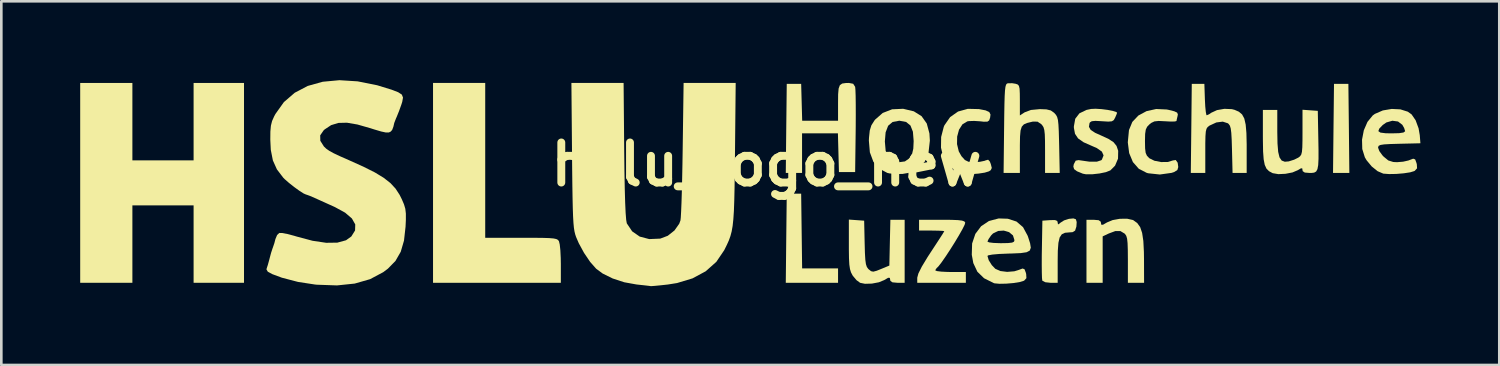
<source format=kicad_pcb>
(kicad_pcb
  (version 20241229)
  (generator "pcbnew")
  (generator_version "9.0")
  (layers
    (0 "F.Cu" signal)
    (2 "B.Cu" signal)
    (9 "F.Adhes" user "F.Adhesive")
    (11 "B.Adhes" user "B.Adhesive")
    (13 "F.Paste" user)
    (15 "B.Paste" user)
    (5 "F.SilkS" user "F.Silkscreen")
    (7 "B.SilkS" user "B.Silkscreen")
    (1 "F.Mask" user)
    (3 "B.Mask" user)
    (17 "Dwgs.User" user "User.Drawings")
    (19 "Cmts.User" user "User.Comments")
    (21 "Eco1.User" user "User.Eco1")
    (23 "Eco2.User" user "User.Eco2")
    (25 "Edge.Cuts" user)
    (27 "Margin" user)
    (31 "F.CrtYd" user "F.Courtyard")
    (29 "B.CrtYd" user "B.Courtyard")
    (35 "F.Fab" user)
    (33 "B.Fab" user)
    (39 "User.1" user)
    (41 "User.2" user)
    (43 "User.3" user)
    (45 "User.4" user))
  (footprint "hslu_logo_new"
    (layer "F.Cu")
    (at 26.099 3.203)
    (property "Reference" "hslu_logo_new" (at 0 0 0) (layer "F.SilkS") (effects (font (size 1.524 1.524) (thickness 0.3))))
    (attr board_only exclude_from_pos_files exclude_from_bom)
    (fp_poly (pts (xy 22.152 -1.369) (xy 22.17 0.325) (xy 21.549 0.325) (xy 21.567 -1.369) (xy 21.586 -3.063) (xy 22.133 -3.063)) (stroke (width 0) (type solid)) (fill yes) (layer "F.SilkS"))
    (fp_poly (pts (xy 1.358 3.954) (xy 2.724 3.954) (xy 2.724 4.502) (xy 0.736 4.502) (xy 0.754 2.807) (xy 0.773 1.113) (xy 1.321 1.113)) (stroke (width 0) (type solid)) (fill yes) (layer "F.SilkS"))
    (fp_poly (pts (xy -24.114 -0.154) (xy -21.786 -0.154) (xy -21.786 -3.098) (xy -19.869 -3.098) (xy -19.869 4.502) (xy -21.786 4.502) (xy -21.786 1.558) (xy -24.114 1.558) (xy -24.114 4.502) (xy -26.099 4.502) (xy -26.099 -3.098) (xy -24.114 -3.098)) (stroke (width 0) (type solid)) (fill yes) (layer "F.SilkS"))
    (fp_poly (pts (xy -10.695 2.79) (xy -9.328 2.79) (xy -8.861 2.791) (xy -8.513 2.794) (xy -8.265 2.802) (xy -8.097 2.816) (xy -7.992 2.838) (xy -7.932 2.869) (xy -7.897 2.911) (xy -7.89 2.923) (xy -7.861 3.044) (xy -7.837 3.267) (xy -7.823 3.556) (xy -7.819 3.778) (xy -7.819 4.502) (xy -12.68 4.502) (xy -12.68 -3.098) (xy -10.695 -3.098)) (stroke (width 0) (type solid)) (fill yes) (layer "F.SilkS"))
    (fp_poly (pts (xy 3.299 -3.067) (xy 3.372 -2.955) (xy 3.375 -2.944) (xy 3.385 -2.832) (xy 3.393 -2.606) (xy 3.397 -2.287) (xy 3.398 -1.896) (xy 3.396 -1.457) (xy 3.394 -1.249) (xy 3.374 0.291) (xy 2.758 0.291) (xy 2.719 -1.181) (xy 1.355 -1.181) (xy 1.355 0.325) (xy 0.736 0.325) (xy 0.754 -1.369) (xy 0.773 -3.063) (xy 1.321 -3.063) (xy 1.36 -1.66) (xy 2.724 -1.66) (xy 2.724 -2.337) (xy 2.727 -2.668) (xy 2.746 -2.886) (xy 2.793 -3.014) (xy 2.882 -3.076) (xy 3.025 -3.096) (xy 3.139 -3.098)) (stroke (width 0) (type solid)) (fill yes) (layer "F.SilkS"))
    (fp_poly (pts (xy 11.769 2.086) (xy 11.8 2.191) (xy 11.789 2.358) (xy 11.788 2.367) (xy 11.739 2.519) (xy 11.642 2.577) (xy 11.524 2.585) (xy 11.354 2.6) (xy 11.233 2.658) (xy 11.152 2.779) (xy 11.105 2.98) (xy 11.082 3.282) (xy 11.077 3.668) (xy 11.077 4.502) (xy 10.801 4.502) (xy 10.607 4.481) (xy 10.498 4.426) (xy 10.491 4.413) (xy 10.48 4.318) (xy 10.474 4.11) (xy 10.471 3.817) (xy 10.472 3.463) (xy 10.476 3.232) (xy 10.495 2.14) (xy 10.786 2.119) (xy 10.974 2.116) (xy 11.06 2.15) (xy 11.077 2.209) (xy 11.089 2.283) (xy 11.147 2.249) (xy 11.179 2.219) (xy 11.32 2.129) (xy 11.505 2.07) (xy 11.676 2.054)) (stroke (width 0) (type solid)) (fill yes) (layer "F.SilkS"))
    (fp_poly (pts (xy 13.934 2.113) (xy 13.952 2.121) (xy 14.103 2.23) (xy 14.214 2.385) (xy 14.289 2.606) (xy 14.335 2.913) (xy 14.356 3.326) (xy 14.36 3.595) (xy 14.363 4.502) (xy 13.747 4.502) (xy 13.747 3.622) (xy 13.744 3.252) (xy 13.735 2.994) (xy 13.717 2.823) (xy 13.685 2.715) (xy 13.638 2.646) (xy 13.621 2.63) (xy 13.461 2.534) (xy 13.272 2.534) (xy 13.021 2.627) (xy 12.788 2.737) (xy 12.788 4.502) (xy 12.172 4.502) (xy 12.172 2.106) (xy 12.446 2.106) (xy 12.636 2.122) (xy 12.715 2.179) (xy 12.72 2.208) (xy 12.735 2.293) (xy 12.801 2.294) (xy 12.945 2.211) (xy 12.953 2.206) (xy 13.168 2.117) (xy 13.442 2.068) (xy 13.717 2.065)) (stroke (width 0) (type solid)) (fill yes) (layer "F.SilkS"))
    (fp_poly (pts (xy 3.426 2.119) (xy 3.717 2.14) (xy 3.736 3.004) (xy 3.746 3.37) (xy 3.761 3.624) (xy 3.784 3.792) (xy 3.819 3.899) (xy 3.871 3.972) (xy 3.891 3.991) (xy 3.98 4.061) (xy 4.065 4.079) (xy 4.195 4.044) (xy 4.352 3.981) (xy 4.675 3.847) (xy 4.694 2.976) (xy 4.714 2.106) (xy 5.257 2.106) (xy 5.257 4.502) (xy 4.983 4.502) (xy 4.793 4.485) (xy 4.714 4.429) (xy 4.709 4.399) (xy 4.693 4.314) (xy 4.627 4.313) (xy 4.481 4.398) (xy 4.48 4.399) (xy 4.276 4.483) (xy 4.01 4.533) (xy 3.747 4.54) (xy 3.563 4.503) (xy 3.425 4.402) (xy 3.289 4.239) (xy 3.272 4.213) (xy 3.216 4.105) (xy 3.178 3.98) (xy 3.153 3.811) (xy 3.14 3.57) (xy 3.135 3.231) (xy 3.135 3.043) (xy 3.135 2.098)) (stroke (width 0) (type solid)) (fill yes) (layer "F.SilkS"))
    (fp_poly (pts (xy 7.029 2.108) (xy 7.281 2.118) (xy 7.439 2.137) (xy 7.526 2.168) (xy 7.561 2.212) (xy 7.538 2.296) (xy 7.452 2.468) (xy 7.32 2.701) (xy 7.159 2.969) (xy 6.984 3.247) (xy 6.811 3.509) (xy 6.657 3.73) (xy 6.537 3.883) (xy 6.474 3.943) (xy 6.421 4.021) (xy 6.421 4.028) (xy 6.484 4.057) (xy 6.653 4.078) (xy 6.896 4.09) (xy 7.003 4.091) (xy 7.585 4.091) (xy 7.585 4.502) (xy 5.736 4.502) (xy 5.736 4.308) (xy 5.78 4.146) (xy 5.91 3.886) (xy 6.124 3.532) (xy 6.25 3.338) (xy 6.437 3.053) (xy 6.594 2.812) (xy 6.707 2.636) (xy 6.761 2.546) (xy 6.763 2.539) (xy 6.701 2.528) (xy 6.536 2.52) (xy 6.303 2.516) (xy 6.284 2.516) (xy 5.805 2.516) (xy 5.805 2.106) (xy 6.663 2.106)) (stroke (width 0) (type solid)) (fill yes) (layer "F.SilkS"))
    (fp_poly (pts (xy 16.676 -2.464) (xy 16.69 -2.198) (xy 16.711 -1.992) (xy 16.734 -1.88) (xy 16.745 -1.868) (xy 16.832 -1.906) (xy 16.919 -1.965) (xy 17.136 -2.065) (xy 17.418 -2.114) (xy 17.7 -2.102) (xy 17.804 -2.076) (xy 17.969 -2.004) (xy 18.091 -1.9) (xy 18.175 -1.743) (xy 18.227 -1.514) (xy 18.255 -1.193) (xy 18.265 -0.761) (xy 18.265 -0.64) (xy 18.265 0.325) (xy 17.728 0.325) (xy 17.706 -0.57) (xy 17.695 -0.941) (xy 17.68 -1.199) (xy 17.658 -1.369) (xy 17.626 -1.474) (xy 17.578 -1.54) (xy 17.548 -1.565) (xy 17.356 -1.627) (xy 17.111 -1.596) (xy 16.854 -1.477) (xy 16.846 -1.472) (xy 16.781 -1.422) (xy 16.737 -1.355) (xy 16.71 -1.247) (xy 16.697 -1.072) (xy 16.691 -0.804) (xy 16.691 -0.522) (xy 16.691 0.325) (xy 16.14 0.325) (xy 16.159 -1.369) (xy 16.177 -3.063) (xy 16.656 -3.063)) (stroke (width 0) (type solid)) (fill yes) (layer "F.SilkS"))
    (fp_poly (pts (xy 8.084 -2.104) (xy 8.336 -2.055) (xy 8.475 -1.992) (xy 8.522 -1.898) (xy 8.507 -1.777) (xy 8.47 -1.672) (xy 8.403 -1.626) (xy 8.265 -1.624) (xy 8.132 -1.639) (xy 7.899 -1.654) (xy 7.699 -1.647) (xy 7.641 -1.637) (xy 7.456 -1.526) (xy 7.325 -1.322) (xy 7.254 -1.059) (xy 7.249 -0.771) (xy 7.316 -0.494) (xy 7.417 -0.314) (xy 7.549 -0.167) (xy 7.685 -0.101) (xy 7.89 -0.085) (xy 7.901 -0.085) (xy 8.12 -0.1) (xy 8.297 -0.137) (xy 8.336 -0.153) (xy 8.432 -0.179) (xy 8.497 -0.108) (xy 8.533 -0.016) (xy 8.571 0.135) (xy 8.531 0.219) (xy 8.462 0.264) (xy 8.301 0.313) (xy 8.059 0.35) (xy 7.789 0.37) (xy 7.547 0.368) (xy 7.414 0.349) (xy 7.175 0.232) (xy 6.941 0.034) (xy 6.764 -0.197) (xy 6.728 -0.269) (xy 6.639 -0.637) (xy 6.645 -1.044) (xy 6.745 -1.43) (xy 6.77 -1.488) (xy 6.987 -1.8) (xy 7.288 -2.011) (xy 7.661 -2.114)) (stroke (width 0) (type solid)) (fill yes) (layer "F.SilkS"))
    (fp_poly (pts (xy 20.679 -2.058) (xy 20.97 -2.037) (xy 20.989 -1.01) (xy 20.997 -0.551) (xy 20.997 -0.212) (xy 20.985 0.026) (xy 20.956 0.181) (xy 20.907 0.27) (xy 20.832 0.312) (xy 20.727 0.325) (xy 20.66 0.325) (xy 20.475 0.31) (xy 20.396 0.257) (xy 20.388 0.215) (xy 20.376 0.146) (xy 20.317 0.155) (xy 20.213 0.218) (xy 20.008 0.305) (xy 19.74 0.357) (xy 19.47 0.37) (xy 19.259 0.334) (xy 19.248 0.33) (xy 19.115 0.258) (xy 19.018 0.161) (xy 18.952 0.017) (xy 18.911 -0.194) (xy 18.889 -0.493) (xy 18.882 -0.902) (xy 18.881 -1.059) (xy 18.881 -2.071) (xy 19.429 -2.071) (xy 19.429 -1.23) (xy 19.437 -0.793) (xy 19.463 -0.477) (xy 19.514 -0.267) (xy 19.596 -0.147) (xy 19.715 -0.102) (xy 19.862 -0.114) (xy 20.071 -0.18) (xy 20.23 -0.259) (xy 20.295 -0.309) (xy 20.34 -0.374) (xy 20.367 -0.48) (xy 20.381 -0.651) (xy 20.387 -0.913) (xy 20.388 -1.22) (xy 20.388 -2.079)) (stroke (width 0) (type solid)) (fill yes) (layer "F.SilkS"))
    (fp_poly (pts (xy 5.211 -2.113) (xy 5.606 -2.019) (xy 5.901 -1.834) (xy 6.098 -1.555) (xy 6.199 -1.179) (xy 6.216 -0.907) (xy 6.166 -0.459) (xy 6.02 -0.103) (xy 5.781 0.156) (xy 5.452 0.314) (xy 5.176 0.362) (xy 4.922 0.366) (xy 4.687 0.343) (xy 4.6 0.324) (xy 4.29 0.162) (xy 4.067 -0.102) (xy 3.934 -0.46) (xy 3.899 -0.873) (xy 4.504 -0.873) (xy 4.535 -0.514) (xy 4.633 -0.269) (xy 4.804 -0.13) (xy 5.052 -0.085) (xy 5.267 -0.114) (xy 5.418 -0.219) (xy 5.458 -0.266) (xy 5.542 -0.41) (xy 5.586 -0.598) (xy 5.599 -0.873) (xy 5.599 -0.895) (xy 5.571 -1.243) (xy 5.478 -1.479) (xy 5.313 -1.614) (xy 5.067 -1.66) (xy 5.045 -1.66) (xy 4.798 -1.614) (xy 4.629 -1.47) (xy 4.533 -1.219) (xy 4.504 -0.873) (xy 3.899 -0.873) (xy 3.896 -0.904) (xy 3.901 -1.014) (xy 3.93 -1.289) (xy 3.991 -1.486) (xy 4.101 -1.661) (xy 4.133 -1.703) (xy 4.423 -1.957) (xy 4.78 -2.096) (xy 5.193 -2.115)) (stroke (width 0) (type solid)) (fill yes) (layer "F.SilkS"))
    (fp_poly (pts (xy 15.223 -2.089) (xy 15.299 -2.074) (xy 15.513 -2.02) (xy 15.62 -1.97) (xy 15.647 -1.903) (xy 15.637 -1.842) (xy 15.605 -1.706) (xy 15.596 -1.651) (xy 15.534 -1.633) (xy 15.371 -1.63) (xy 15.167 -1.641) (xy 14.917 -1.653) (xy 14.756 -1.636) (xy 14.637 -1.579) (xy 14.568 -1.524) (xy 14.478 -1.431) (xy 14.427 -1.322) (xy 14.403 -1.159) (xy 14.397 -0.901) (xy 14.397 -0.875) (xy 14.402 -0.608) (xy 14.423 -0.44) (xy 14.471 -0.331) (xy 14.556 -0.242) (xy 14.568 -0.232) (xy 14.757 -0.139) (xy 15.008 -0.09) (xy 15.261 -0.092) (xy 15.453 -0.149) (xy 15.456 -0.151) (xy 15.568 -0.167) (xy 15.641 -0.064) (xy 15.663 0.1) (xy 15.629 0.213) (xy 15.506 0.29) (xy 15.407 0.322) (xy 14.962 0.384) (xy 14.521 0.337) (xy 14.463 0.321) (xy 14.163 0.167) (xy 13.938 -0.089) (xy 13.796 -0.43) (xy 13.744 -0.839) (xy 13.788 -1.301) (xy 13.79 -1.31) (xy 13.916 -1.616) (xy 14.146 -1.859) (xy 14.456 -2.026) (xy 14.823 -2.107)) (stroke (width 0) (type solid)) (fill yes) (layer "F.SilkS"))
    (fp_poly (pts (xy 9.473 -3.068) (xy 9.554 -3.041) (xy 9.603 -2.988) (xy 9.628 -2.88) (xy 9.637 -2.689) (xy 9.639 -2.444) (xy 9.639 -1.862) (xy 9.821 -1.981) (xy 10.06 -2.071) (xy 10.401 -2.103) (xy 10.651 -2.093) (xy 10.815 -2.052) (xy 10.939 -1.965) (xy 10.955 -1.949) (xy 11.014 -1.882) (xy 11.057 -1.802) (xy 11.087 -1.687) (xy 11.106 -1.513) (xy 11.119 -1.258) (xy 11.129 -0.897) (xy 11.133 -0.734) (xy 11.155 0.325) (xy 10.597 0.325) (xy 10.597 -0.53) (xy 10.595 -0.892) (xy 10.587 -1.143) (xy 10.568 -1.31) (xy 10.536 -1.419) (xy 10.485 -1.496) (xy 10.456 -1.528) (xy 10.311 -1.626) (xy 10.135 -1.629) (xy 10.099 -1.621) (xy 9.918 -1.577) (xy 9.792 -1.523) (xy 9.711 -1.434) (xy 9.665 -1.289) (xy 9.645 -1.063) (xy 9.639 -0.734) (xy 9.639 -0.548) (xy 9.639 0.325) (xy 9.02 0.325) (xy 9.039 -1.368) (xy 9.045 -1.894) (xy 9.052 -2.299) (xy 9.061 -2.599) (xy 9.073 -2.81) (xy 9.09 -2.948) (xy 9.113 -3.03) (xy 9.143 -3.07) (xy 9.182 -3.086) (xy 9.182 -3.086) (xy 9.348 -3.088)) (stroke (width 0) (type solid)) (fill yes) (layer "F.SilkS"))
    (fp_poly (pts (xy 12.742 -2.103) (xy 12.974 -2.074) (xy 13.175 -2.035) (xy 13.307 -1.992) (xy 13.336 -1.964) (xy 13.311 -1.891) (xy 13.26 -1.774) (xy 13.209 -1.684) (xy 13.135 -1.639) (xy 13.001 -1.628) (xy 12.77 -1.642) (xy 12.757 -1.643) (xy 12.514 -1.656) (xy 12.374 -1.643) (xy 12.304 -1.598) (xy 12.287 -1.566) (xy 12.266 -1.429) (xy 12.332 -1.314) (xy 12.501 -1.202) (xy 12.702 -1.112) (xy 13.005 -0.973) (xy 13.201 -0.845) (xy 13.315 -0.704) (xy 13.375 -0.528) (xy 13.378 -0.514) (xy 13.372 -0.219) (xy 13.259 0.048) (xy 13.081 0.227) (xy 12.912 0.294) (xy 12.665 0.345) (xy 12.395 0.375) (xy 12.157 0.376) (xy 12.035 0.353) (xy 11.814 0.262) (xy 11.702 0.18) (xy 11.673 0.083) (xy 11.69 -0.007) (xy 11.762 -0.143) (xy 11.87 -0.164) (xy 12.279 -0.105) (xy 12.568 -0.104) (xy 12.735 -0.159) (xy 12.759 -0.184) (xy 12.822 -0.343) (xy 12.758 -0.487) (xy 12.565 -0.622) (xy 12.388 -0.699) (xy 12.063 -0.842) (xy 11.852 -0.99) (xy 11.736 -1.164) (xy 11.694 -1.386) (xy 11.693 -1.447) (xy 11.745 -1.736) (xy 11.904 -1.943) (xy 12.175 -2.073) (xy 12.348 -2.109) (xy 12.52 -2.117)) (stroke (width 0) (type solid)) (fill yes) (layer "F.SilkS"))
    (fp_poly (pts (xy 9.18 2.066) (xy 9.51 2.173) (xy 9.759 2.386) (xy 9.935 2.713) (xy 9.951 2.757) (xy 10.028 2.999) (xy 10.055 3.168) (xy 10.015 3.277) (xy 9.892 3.341) (xy 9.671 3.373) (xy 9.333 3.388) (xy 9.211 3.391) (xy 8.85 3.406) (xy 8.588 3.429) (xy 8.437 3.458) (xy 8.406 3.481) (xy 8.454 3.643) (xy 8.572 3.831) (xy 8.705 3.97) (xy 8.896 4.055) (xy 9.155 4.087) (xy 9.427 4.065) (xy 9.602 4.011) (xy 9.742 3.959) (xy 9.816 3.987) (xy 9.866 4.119) (xy 9.879 4.171) (xy 9.888 4.326) (xy 9.803 4.419) (xy 9.792 4.425) (xy 9.634 4.473) (xy 9.393 4.512) (xy 9.119 4.535) (xy 8.863 4.54) (xy 8.677 4.523) (xy 8.646 4.514) (xy 8.277 4.329) (xy 8.022 4.081) (xy 7.868 3.753) (xy 7.81 3.436) (xy 7.823 3.008) (xy 7.847 2.936) (xy 8.406 2.936) (xy 8.469 2.965) (xy 8.636 2.986) (xy 8.872 2.995) (xy 8.92 2.996) (xy 9.186 2.991) (xy 9.343 2.974) (xy 9.416 2.938) (xy 9.433 2.881) (xy 9.376 2.7) (xy 9.228 2.576) (xy 9.027 2.517) (xy 8.812 2.531) (xy 8.618 2.626) (xy 8.548 2.697) (xy 8.451 2.836) (xy 8.407 2.932) (xy 8.406 2.936) (xy 7.847 2.936) (xy 7.946 2.642) (xy 8.165 2.351) (xy 8.465 2.151) (xy 8.833 2.055)) (stroke (width 0) (type solid)) (fill yes) (layer "F.SilkS"))
    (fp_poly (pts (xy 24.111 -2.094) (xy 24.393 -2.005) (xy 24.536 -1.903) (xy 24.691 -1.677) (xy 24.803 -1.372) (xy 24.848 -1.112) (xy 24.872 -0.804) (xy 24.068 -0.785) (xy 23.724 -0.775) (xy 23.495 -0.762) (xy 23.357 -0.741) (xy 23.288 -0.709) (xy 23.265 -0.661) (xy 23.263 -0.636) (xy 23.309 -0.509) (xy 23.424 -0.349) (xy 23.474 -0.296) (xy 23.651 -0.151) (xy 23.839 -0.092) (xy 23.984 -0.085) (xy 24.216 -0.104) (xy 24.419 -0.15) (xy 24.458 -0.165) (xy 24.598 -0.218) (xy 24.673 -0.19) (xy 24.722 -0.057) (xy 24.736 -0.005) (xy 24.745 0.148) (xy 24.659 0.242) (xy 24.638 0.254) (xy 24.483 0.301) (xy 24.24 0.338) (xy 23.957 0.362) (xy 23.683 0.367) (xy 23.467 0.351) (xy 23.459 0.35) (xy 23.245 0.258) (xy 23.02 0.077) (xy 22.826 -0.157) (xy 22.759 -0.27) (xy 22.661 -0.585) (xy 22.652 -0.941) (xy 22.714 -1.265) (xy 23.273 -1.265) (xy 23.352 -1.21) (xy 23.55 -1.185) (xy 23.777 -1.181) (xy 24.062 -1.188) (xy 24.227 -1.213) (xy 24.289 -1.258) (xy 24.29 -1.268) (xy 24.253 -1.387) (xy 24.183 -1.508) (xy 24.021 -1.632) (xy 23.805 -1.661) (xy 23.576 -1.595) (xy 23.438 -1.498) (xy 23.305 -1.358) (xy 23.273 -1.265) (xy 22.714 -1.265) (xy 22.72 -1.297) (xy 22.859 -1.617) (xy 23.058 -1.861) (xy 23.14 -1.921) (xy 23.444 -2.053) (xy 23.781 -2.11)) (stroke (width 0) (type solid)) (fill yes) (layer "F.SilkS"))
    (fp_poly (pts (xy -5.409 -0.513) (xy -5.4 0.264) (xy -5.388 0.917) (xy -5.373 1.444) (xy -5.355 1.841) (xy -5.334 2.107) (xy -5.311 2.239) (xy -5.31 2.242) (xy -5.107 2.545) (xy -4.819 2.745) (xy -4.457 2.84) (xy -4.037 2.822) (xy -3.752 2.714) (xy -3.497 2.512) (xy -3.316 2.255) (xy -3.269 2.127) (xy -3.257 2.016) (xy -3.244 1.784) (xy -3.23 1.45) (xy -3.217 1.028) (xy -3.205 0.536) (xy -3.194 -0.009) (xy -3.185 -0.582) (xy -3.15 -3.098) (xy -1.169 -3.098) (xy -1.196 -0.411) (xy -1.204 0.301) (xy -1.212 0.89) (xy -1.223 1.373) (xy -1.237 1.765) (xy -1.258 2.081) (xy -1.285 2.337) (xy -1.322 2.547) (xy -1.37 2.728) (xy -1.43 2.894) (xy -1.505 3.06) (xy -1.595 3.242) (xy -1.606 3.264) (xy -1.905 3.705) (xy -2.309 4.064) (xy -2.81 4.334) (xy -3.4 4.512) (xy -3.751 4.568) (xy -4.026 4.598) (xy -4.244 4.619) (xy -4.375 4.629) (xy -4.396 4.629) (xy -4.476 4.618) (xy -4.656 4.597) (xy -4.9 4.571) (xy -4.949 4.565) (xy -5.408 4.482) (xy -5.848 4.338) (xy -6.23 4.149) (xy -6.476 3.967) (xy -6.705 3.707) (xy -6.936 3.366) (xy -7.138 2.995) (xy -7.241 2.756) (xy -7.273 2.659) (xy -7.3 2.548) (xy -7.322 2.409) (xy -7.339 2.228) (xy -7.353 1.992) (xy -7.364 1.685) (xy -7.373 1.294) (xy -7.381 0.805) (xy -7.388 0.204) (xy -7.393 -0.342) (xy -7.417 -3.098) (xy -5.432 -3.098)) (stroke (width 0) (type solid)) (fill yes) (layer "F.SilkS"))
    (fp_poly (pts (xy -15.547 -3.159) (xy -14.806 -3.011) (xy -14.255 -2.842) (xy -14.005 -2.745) (xy -13.867 -2.656) (xy -13.822 -2.543) (xy -13.851 -2.378) (xy -13.884 -2.276) (xy -13.971 -2.034) (xy -14.062 -1.807) (xy -14.087 -1.752) (xy -14.155 -1.576) (xy -14.186 -1.441) (xy -14.187 -1.435) (xy -14.235 -1.31) (xy -14.292 -1.247) (xy -14.362 -1.214) (xy -14.474 -1.214) (xy -14.652 -1.252) (xy -14.922 -1.332) (xy -15.062 -1.377) (xy -15.556 -1.518) (xy -15.955 -1.586) (xy -16.281 -1.578) (xy -16.556 -1.493) (xy -16.8 -1.332) (xy -16.839 -1.297) (xy -16.971 -1.106) (xy -16.967 -0.899) (xy -16.831 -0.683) (xy -16.741 -0.597) (xy -16.625 -0.516) (xy -16.457 -0.424) (xy -16.213 -0.309) (xy -15.868 -0.157) (xy -15.864 -0.155) (xy -15.322 0.089) (xy -14.892 0.305) (xy -14.558 0.508) (xy -14.301 0.709) (xy -14.104 0.922) (xy -13.949 1.16) (xy -13.867 1.325) (xy -13.784 1.519) (xy -13.734 1.687) (xy -13.713 1.87) (xy -13.713 2.113) (xy -13.725 2.37) (xy -13.784 2.897) (xy -13.908 3.322) (xy -14.108 3.67) (xy -14.396 3.965) (xy -14.573 4.098) (xy -15.073 4.364) (xy -15.658 4.532) (xy -16.332 4.602) (xy -17.099 4.575) (xy -17.169 4.568) (xy -17.815 4.469) (xy -18.427 4.309) (xy -18.793 4.173) (xy -18.963 4.081) (xy -19.015 3.993) (xy -19.007 3.957) (xy -18.963 3.824) (xy -18.909 3.628) (xy -18.896 3.577) (xy -18.84 3.366) (xy -18.783 3.192) (xy -18.773 3.167) (xy -18.714 2.993) (xy -18.674 2.839) (xy -18.61 2.685) (xy -18.528 2.607) (xy -18.418 2.609) (xy -18.216 2.647) (xy -17.959 2.715) (xy -17.863 2.744) (xy -17.262 2.904) (xy -16.745 2.981) (xy -16.319 2.975) (xy -15.989 2.885) (xy -15.787 2.74) (xy -15.645 2.512) (xy -15.638 2.283) (xy -15.765 2.057) (xy -16.022 1.836) (xy -16.409 1.624) (xy -16.43 1.614) (xy -16.708 1.489) (xy -16.982 1.365) (xy -17.178 1.277) (xy -17.358 1.199) (xy -17.483 1.153) (xy -17.508 1.147) (xy -17.601 1.106) (xy -17.764 1.002) (xy -17.962 0.859) (xy -18.16 0.702) (xy -18.324 0.558) (xy -18.379 0.502) (xy -18.618 0.188) (xy -18.771 -0.151) (xy -18.85 -0.553) (xy -18.869 -0.941) (xy -18.866 -1.253) (xy -18.846 -1.473) (xy -18.802 -1.649) (xy -18.723 -1.826) (xy -18.673 -1.919) (xy -18.352 -2.37) (xy -17.939 -2.726) (xy -17.444 -2.985) (xy -16.874 -3.144) (xy -16.239 -3.203)) (stroke (width 0) (type solid)) (fill yes) (layer "F.SilkS")))
  (gr_rect
    (start -3 -3)
    (end 53.971 10.832)
    (stroke (width 0.1) (type default))
    (fill no)
    (layer "Edge.Cuts")))
</source>
